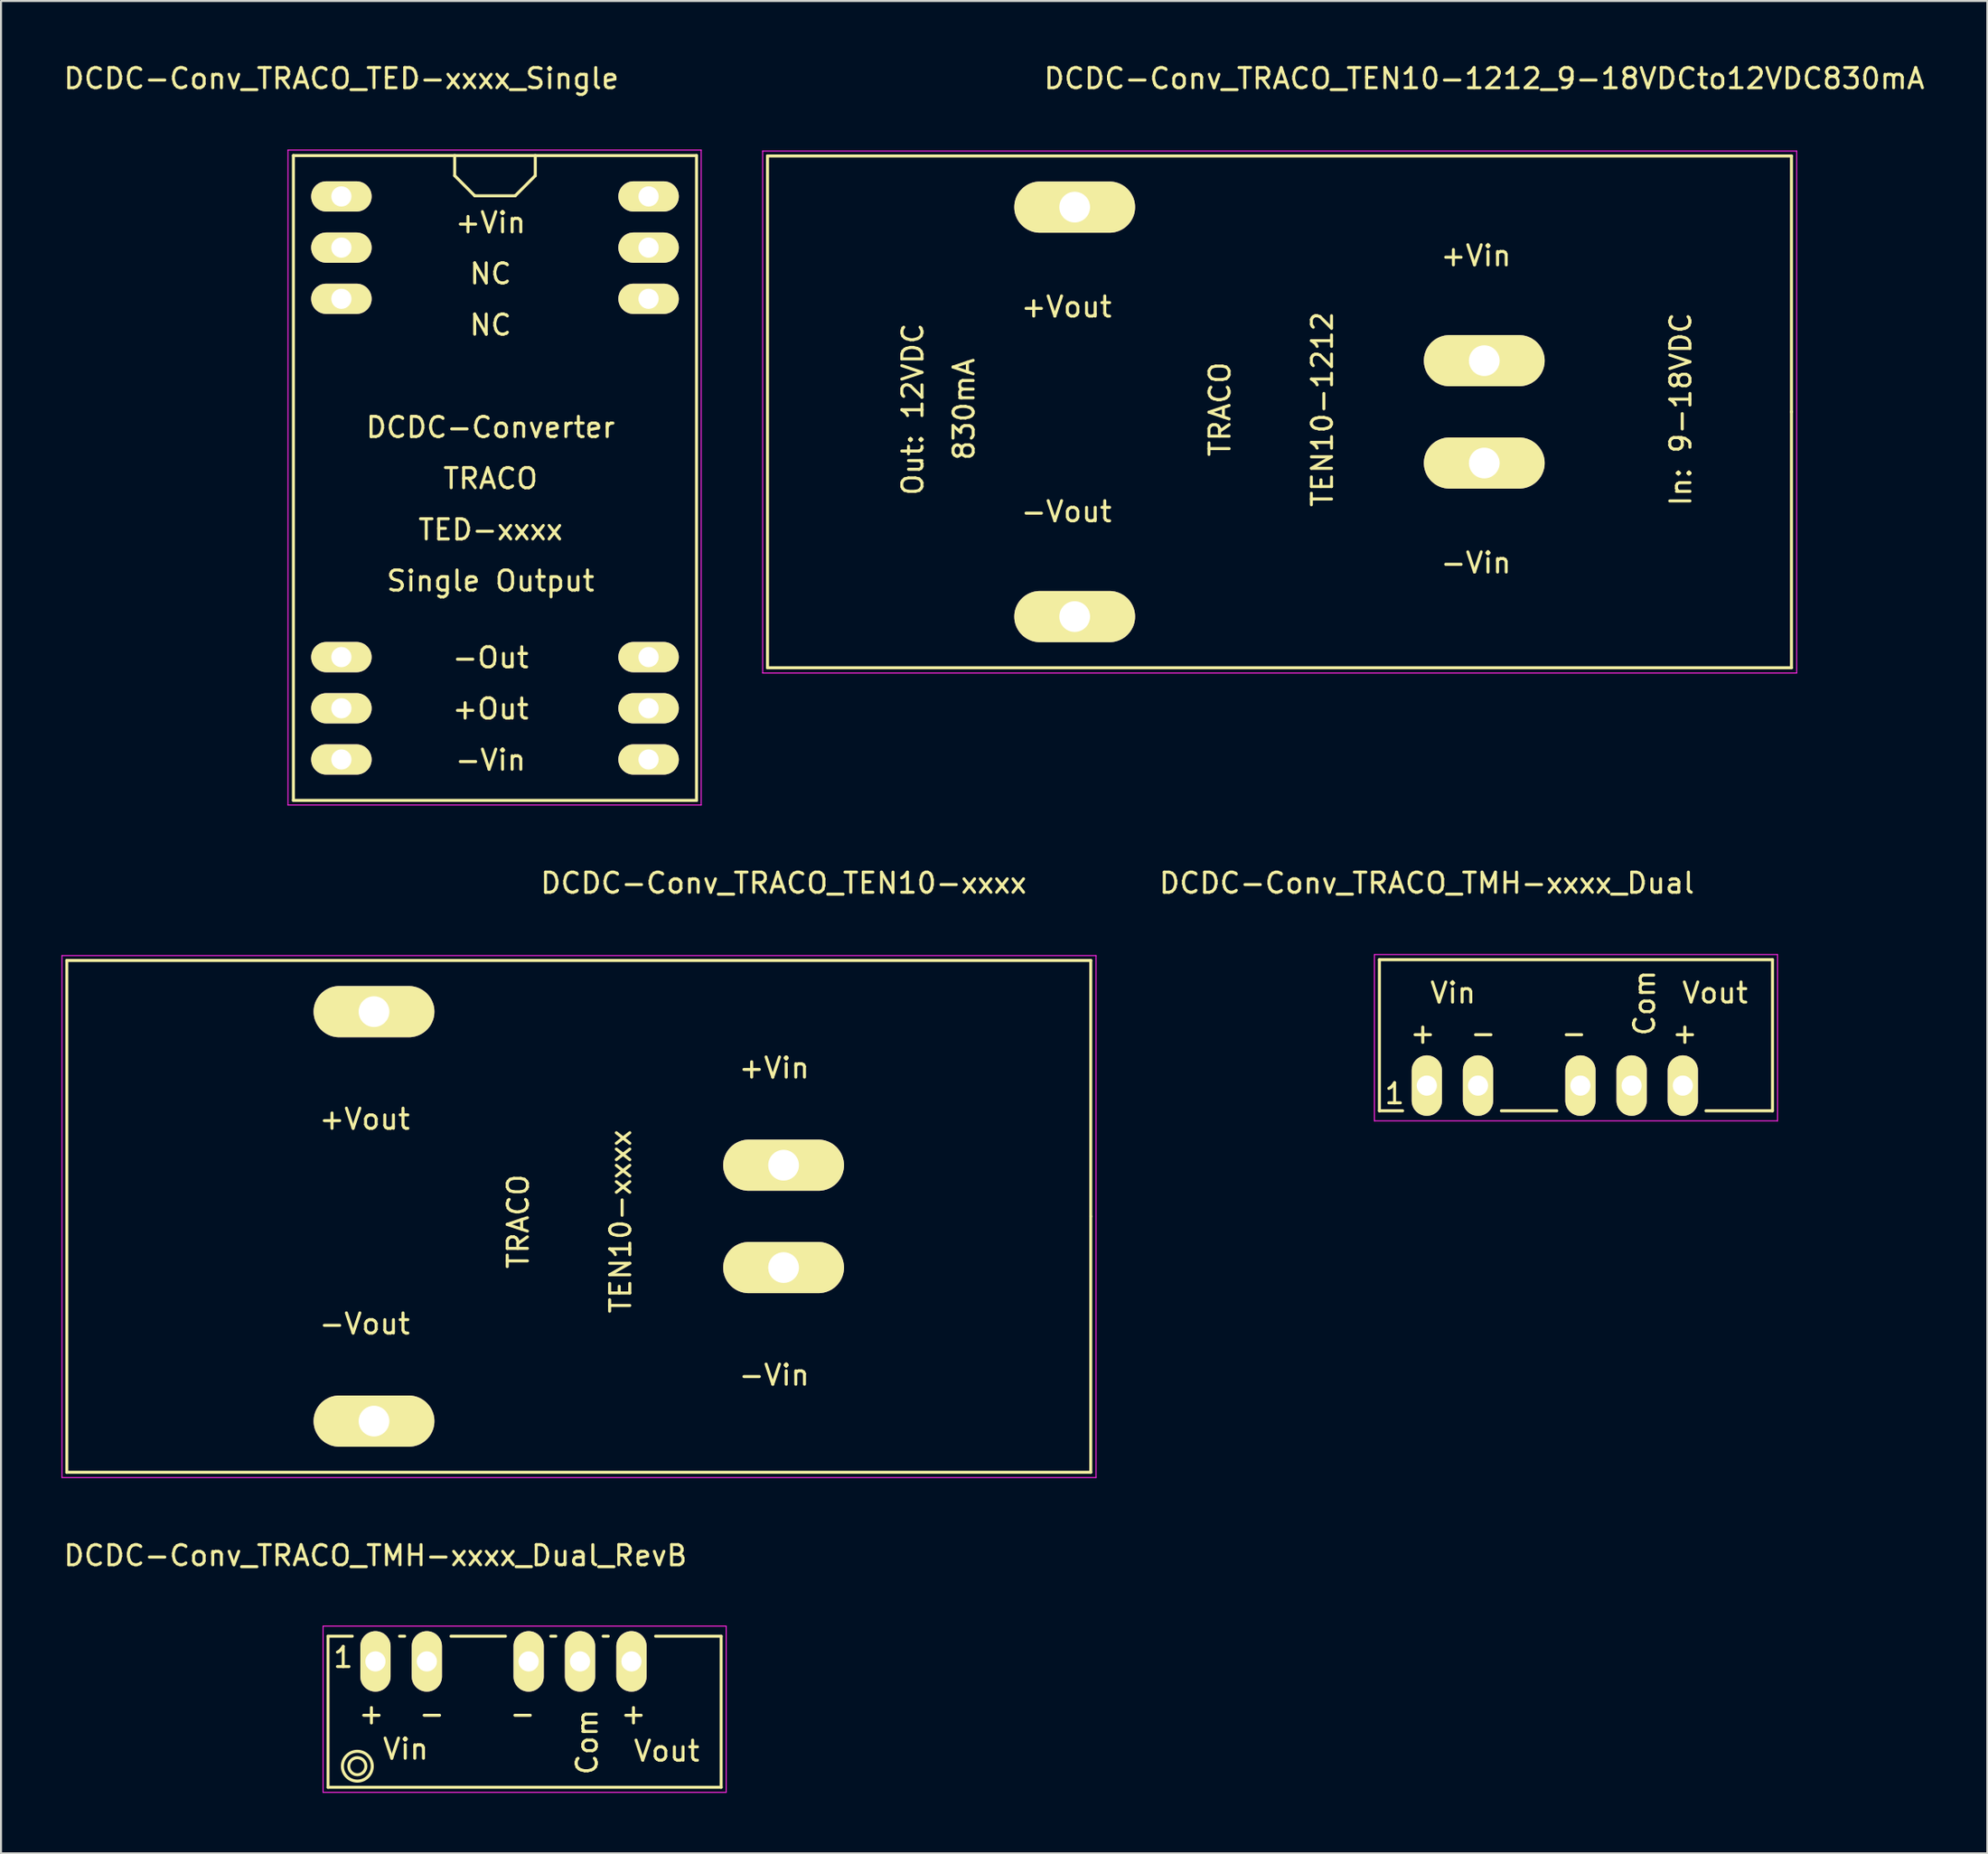
<source format=kicad_pcb>
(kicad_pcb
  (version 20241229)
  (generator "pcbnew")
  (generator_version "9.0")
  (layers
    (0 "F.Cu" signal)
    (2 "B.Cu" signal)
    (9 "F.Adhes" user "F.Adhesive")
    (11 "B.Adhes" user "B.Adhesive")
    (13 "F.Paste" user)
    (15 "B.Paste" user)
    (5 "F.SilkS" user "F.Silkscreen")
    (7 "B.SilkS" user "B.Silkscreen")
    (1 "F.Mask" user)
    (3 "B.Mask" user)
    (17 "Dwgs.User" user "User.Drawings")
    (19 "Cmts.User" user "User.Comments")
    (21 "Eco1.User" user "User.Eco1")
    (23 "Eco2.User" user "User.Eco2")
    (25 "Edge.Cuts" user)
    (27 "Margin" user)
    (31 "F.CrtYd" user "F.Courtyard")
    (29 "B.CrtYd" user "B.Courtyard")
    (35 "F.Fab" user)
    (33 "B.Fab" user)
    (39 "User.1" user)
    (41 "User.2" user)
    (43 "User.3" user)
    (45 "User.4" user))
  (footprint "DCDC-Conv_TRACO_TMH-xxxx_Dual"
    (layer "F.Cu")
    (at 67.737 50.822)
    (property "Reference" "DCDC-Conv_TRACO_TMH-xxxx_Dual" (at 0 -10.05 0) (layer "F.SilkS") (effects (font (size 1 1) (thickness 0.15))))
    (attr through_hole)
    (fp_line (start -2.352 -6.248) (end -2.352 1.25) (stroke (width 0.15) (type solid)) (layer "F.SilkS"))
    (fp_line (start -1.201 1.25) (end -2.352 1.25) (stroke (width 0.15) (type solid)) (layer "F.SilkS"))
    (fp_line (start 6.449 1.25) (end 3.698 1.25) (stroke (width 0.15) (type solid)) (layer "F.SilkS"))
    (fp_line (start 17.15 -6.248) (end -2.352 -6.248) (stroke (width 0.15) (type solid)) (layer "F.SilkS"))
    (fp_line (start 17.15 1.25) (end 13.848 1.25) (stroke (width 0.15) (type solid)) (layer "F.SilkS"))
    (fp_line (start 17.15 1.25) (end 17.15 -6.248) (stroke (width 0.15) (type solid)) (layer "F.SilkS"))
    (fp_line (start -2.6 -6.5) (end -2.6 1.75) (stroke (width 0.05) (type solid)) (layer "F.CrtYd"))
    (fp_line (start -2.6 -6.5) (end 17.4 -6.5) (stroke (width 0.05) (type solid)) (layer "F.CrtYd"))
    (fp_line (start -2.6 1.75) (end 17.4 1.75) (stroke (width 0.05) (type solid)) (layer "F.CrtYd"))
    (fp_line (start 17.4 -6.5) (end 17.4 1.75) (stroke (width 0.05) (type solid)) (layer "F.CrtYd"))
    (fp_text user "-" (at 7.3 -2.6 0) (layer "F.SilkS") (effects (font (size 1 1) (thickness 0.15))))
    (fp_text user "-" (at 2.799 -2.6 0) (layer "F.SilkS") (effects (font (size 1 1) (thickness 0.15))))
    (fp_text user "+" (at 12.801 -2.6 0) (layer "F.SilkS") (effects (font (size 1 1) (thickness 0.15))))
    (fp_text user "1" (at -1.6 0.4 0) (layer "F.SilkS") (effects (font (size 1 1) (thickness 0.15))))
    (fp_text user "Com" (at 10.8 -4.101 90) (layer "F.SilkS") (effects (font (size 1 1) (thickness 0.15))))
    (fp_text user "Vout" (at 14.3 -4.599 0) (layer "F.SilkS") (effects (font (size 1 1) (thickness 0.15))))
    (fp_text user "+" (at -0.201 -2.6 0) (layer "F.SilkS") (effects (font (size 1 1) (thickness 0.15))))
    (fp_text user "Vin" (at 1.3 -4.599 0) (layer "F.SilkS") (effects (font (size 1 1) (thickness 0.15))))
    (pad "1" thru_hole oval (at 0 0) (size 1.501 3) (drill 1.001) (layers "*.Cu" "*.Mask" "F.SilkS"))
    (pad "2" thru_hole oval (at 2.54 0) (size 1.501 3) (drill 1.001) (layers "*.Cu" "*.Mask" "F.SilkS"))
    (pad "4" thru_hole oval (at 7.62 0) (size 1.501 3) (drill 1.001) (layers "*.Cu" "*.Mask" "F.SilkS"))
    (pad "5" thru_hole oval (at 10.16 0) (size 1.501 3) (drill 1.001) (layers "*.Cu" "*.Mask" "F.SilkS"))
    (pad "6" thru_hole oval (at 12.7 0) (size 1.501 3) (drill 1.001) (layers "*.Cu" "*.Mask" "F.SilkS")))
  (footprint "DCDC-Conv_TRACO_TED-xxxx_Single"
    (layer "F.Cu")
    (at 13.887 6.698)
    (property "Reference" "DCDC-Conv_TRACO_TED-xxxx_Single" (at 0 -5.85 0) (layer "F.SilkS") (effects (font (size 1 1) (thickness 0.15))))
    (attr through_hole)
    (fp_line (start -2.38 -2.029) (end -2.38 29.97) (stroke (width 0.15) (type solid)) (layer "F.SilkS"))
    (fp_line (start -2.38 29.97) (end 17.62 29.97) (stroke (width 0.15) (type solid)) (layer "F.SilkS"))
    (fp_line (start 5.621 -2.029) (end 5.621 -1.031) (stroke (width 0.15) (type solid)) (layer "F.SilkS"))
    (fp_line (start 5.621 -1.031) (end 6.619 -0.03) (stroke (width 0.15) (type solid)) (layer "F.SilkS"))
    (fp_line (start 6.619 -0.03) (end 8.621 -0.03) (stroke (width 0.15) (type solid)) (layer "F.SilkS"))
    (fp_line (start 8.621 -0.03) (end 9.619 -1.031) (stroke (width 0.15) (type solid)) (layer "F.SilkS"))
    (fp_line (start 9.619 -1.031) (end 9.619 -2.029) (stroke (width 0.15) (type solid)) (layer "F.SilkS"))
    (fp_line (start 17.62 -2.029) (end -2.38 -2.029) (stroke (width 0.15) (type solid)) (layer "F.SilkS"))
    (fp_line (start 17.62 29.97) (end 17.62 -2.029) (stroke (width 0.15) (type solid)) (layer "F.SilkS"))
    (fp_line (start -2.65 -2.3) (end -2.65 30.2) (stroke (width 0.05) (type solid)) (layer "F.CrtYd"))
    (fp_line (start -2.65 -2.3) (end 17.85 -2.3) (stroke (width 0.05) (type solid)) (layer "F.CrtYd"))
    (fp_line (start -2.65 30.2) (end 17.85 30.2) (stroke (width 0.05) (type solid)) (layer "F.CrtYd"))
    (fp_line (start 17.85 -2.3) (end 17.85 30.2) (stroke (width 0.05) (type solid)) (layer "F.CrtYd"))
    (fp_text user "-Out" (at 7.4 22.89 0) (layer "F.SilkS") (effects (font (size 1 1) (thickness 0.15))))
    (fp_text user "Single Output" (at 7.4 19.08 0) (layer "F.SilkS") (effects (font (size 1 1) (thickness 0.15))))
    (fp_text user "TRACO" (at 7.4 14 0) (layer "F.SilkS") (effects (font (size 1 1) (thickness 0.15))))
    (fp_text user "NC" (at 7.4 6.38 0) (layer "F.SilkS") (effects (font (size 1 1) (thickness 0.15))))
    (fp_text user "DCDC-Converter" (at 7.4 11.46 0) (layer "F.SilkS") (effects (font (size 1 1) (thickness 0.15))))
    (fp_text user "TED-xxxx" (at 7.4 16.54 0) (layer "F.SilkS") (effects (font (size 1 1) (thickness 0.15))))
    (fp_text user "NC" (at 7.4 3.84 0) (layer "F.SilkS") (effects (font (size 1 1) (thickness 0.15))))
    (fp_text user "+Vin" (at 7.4 1.3 0) (layer "F.SilkS") (effects (font (size 1 1) (thickness 0.15))))
    (fp_text user "-Vin" (at 7.4 27.97 0) (layer "F.SilkS") (effects (font (size 1 1) (thickness 0.15))))
    (fp_text user "+Out" (at 7.4 25.43 0) (layer "F.SilkS") (effects (font (size 1 1) (thickness 0.15))))
    (pad "1" thru_hole oval (at 0 0) (size 3 1.501) (drill 1.001) (layers "*.Cu" "*.Mask" "F.SilkS"))
    (pad "2" thru_hole oval (at 0 2.54) (size 3 1.501) (drill 1.001) (layers "*.Cu" "*.Mask" "F.SilkS"))
    (pad "3" thru_hole oval (at 0 5.08) (size 3 1.501) (drill 1.001) (layers "*.Cu" "*.Mask" "F.SilkS"))
    (pad "10" thru_hole oval (at 0 22.86) (size 3 1.501) (drill 1.001) (layers "*.Cu" "*.Mask" "F.SilkS"))
    (pad "11" thru_hole oval (at 0 25.4) (size 3 1.501) (drill 1.001) (layers "*.Cu" "*.Mask" "F.SilkS"))
    (pad "12" thru_hole oval (at 0 27.94) (size 3 1.501) (drill 1.001) (layers "*.Cu" "*.Mask" "F.SilkS"))
    (pad "13" thru_hole oval (at 15.24 27.94) (size 3 1.501) (drill 1.001) (layers "*.Cu" "*.Mask" "F.SilkS"))
    (pad "14" thru_hole oval (at 15.24 25.4) (size 3 1.501) (drill 1.001) (layers "*.Cu" "*.Mask" "F.SilkS"))
    (pad "15" thru_hole oval (at 15.24 22.86) (size 3 1.501) (drill 1.001) (layers "*.Cu" "*.Mask" "F.SilkS"))
    (pad "22" thru_hole oval (at 15.24 5.08) (size 3 1.501) (drill 1.001) (layers "*.Cu" "*.Mask" "F.SilkS"))
    (pad "23" thru_hole oval (at 15.24 2.54) (size 3 1.501) (drill 1.001) (layers "*.Cu" "*.Mask" "F.SilkS"))
    (pad "24" thru_hole oval (at 15.24 0) (size 3 1.501) (drill 1.001) (layers "*.Cu" "*.Mask" "F.SilkS")))
  (footprint "DCDC-Conv_TRACO_TEN10-xxxx"
    (layer "F.Cu")
    (at 35.825 54.772)
    (property "Reference" "DCDC-Conv_TRACO_TEN10-xxxx" (at 0 -14 0) (layer "F.SilkS") (effects (font (size 1 1) (thickness 0.15))))
    (attr through_hole)
    (fp_line (start -35.56 -10.16) (end -35.56 15.24) (stroke (width 0.15) (type solid)) (layer "F.SilkS"))
    (fp_line (start -35.56 15.24) (end 15.24 15.24) (stroke (width 0.15) (type solid)) (layer "F.SilkS"))
    (fp_line (start 15.24 -10.16) (end -35.56 -10.16) (stroke (width 0.15) (type solid)) (layer "F.SilkS"))
    (fp_line (start 15.24 2.54) (end 15.24 -10.16) (stroke (width 0.15) (type solid)) (layer "F.SilkS"))
    (fp_line (start 15.24 15.24) (end 15.24 2.54) (stroke (width 0.15) (type solid)) (layer "F.SilkS"))
    (fp_line (start -35.8 -10.4) (end -35.8 15.5) (stroke (width 0.05) (type solid)) (layer "F.CrtYd"))
    (fp_line (start -35.8 -10.4) (end 15.5 -10.4) (stroke (width 0.05) (type solid)) (layer "F.CrtYd"))
    (fp_line (start -35.8 15.5) (end 15.5 15.5) (stroke (width 0.05) (type solid)) (layer "F.CrtYd"))
    (fp_line (start 15.5 -10.4) (end 15.5 15.5) (stroke (width 0.05) (type solid)) (layer "F.CrtYd"))
    (fp_text user "+Vout" (at -20.785 -2.286 180) (layer "F.SilkS") (effects (font (size 1 1) (thickness 0.15))))
    (fp_text user "TRACO" (at -13.165 2.794 90) (layer "F.SilkS") (effects (font (size 1 1) (thickness 0.15))))
    (fp_text user "+Vin" (at -0.465 -4.826 180) (layer "F.SilkS") (effects (font (size 1 1) (thickness 0.15))))
    (fp_text user "-Vin" (at -0.465 10.414 180) (layer "F.SilkS") (effects (font (size 1 1) (thickness 0.15))))
    (fp_text user "TEN10-xxxx" (at -8.085 2.794 90) (layer "F.SilkS") (effects (font (size 1 1) (thickness 0.15))))
    (fp_text user "-Vout" (at -20.785 7.874 180) (layer "F.SilkS") (effects (font (size 1 1) (thickness 0.15))))
    (pad "1" thru_hole oval (at 0 0) (size 5.994 2.54) (drill 1.524) (layers "*.Cu" "*.Mask" "F.SilkS"))
    (pad "2" thru_hole oval (at 0 5.08) (size 5.994 2.54) (drill 1.524) (layers "*.Cu" "*.Mask" "F.SilkS"))
    (pad "3" thru_hole oval (at -20.32 -7.62) (size 5.994 2.54) (drill 1.524) (layers "*.Cu" "*.Mask" "F.SilkS"))
    (pad "5" thru_hole oval (at -20.32 12.7) (size 5.994 2.54) (drill 1.524) (layers "*.Cu" "*.Mask" "F.SilkS")))
  (footprint "DCDC-Conv_TRACO_TEN10-1212_9-18VDCto12VDC830mA"
    (layer "F.Cu")
    (at 70.587 14.848)
    (property "Reference" "DCDC-Conv_TRACO_TEN10-1212_9-18VDCto12VDC830mA" (at 0 -14 0) (layer "F.SilkS") (effects (font (size 1 1) (thickness 0.15))))
    (attr through_hole)
    (fp_line (start -35.56 -10.16) (end -35.56 15.24) (stroke (width 0.15) (type solid)) (layer "F.SilkS"))
    (fp_line (start -35.56 15.24) (end 15.24 15.24) (stroke (width 0.15) (type solid)) (layer "F.SilkS"))
    (fp_line (start 15.24 -10.16) (end -35.56 -10.16) (stroke (width 0.15) (type solid)) (layer "F.SilkS"))
    (fp_line (start 15.24 2.54) (end 15.24 -10.16) (stroke (width 0.15) (type solid)) (layer "F.SilkS"))
    (fp_line (start 15.24 15.24) (end 15.24 2.54) (stroke (width 0.15) (type solid)) (layer "F.SilkS"))
    (fp_line (start -35.8 -10.4) (end -35.8 15.5) (stroke (width 0.05) (type solid)) (layer "F.CrtYd"))
    (fp_line (start -35.8 -10.4) (end 15.5 -10.4) (stroke (width 0.05) (type solid)) (layer "F.CrtYd"))
    (fp_line (start -35.8 15.5) (end 15.5 15.5) (stroke (width 0.05) (type solid)) (layer "F.CrtYd"))
    (fp_line (start 15.5 -10.4) (end 15.5 15.5) (stroke (width 0.05) (type solid)) (layer "F.CrtYd"))
    (fp_text user "-Vout" (at -20.732 7.492 180) (layer "F.SilkS") (effects (font (size 1 1) (thickness 0.15))))
    (fp_text user "TEN10-1212" (at -8.032 2.412 90) (layer "F.SilkS") (effects (font (size 1 1) (thickness 0.15))))
    (fp_text user "+Vin" (at -0.412 -5.208 180) (layer "F.SilkS") (effects (font (size 1 1) (thickness 0.15))))
    (fp_text user "830mA" (at -25.812 2.412 90) (layer "F.SilkS") (effects (font (size 1 1) (thickness 0.15))))
    (fp_text user "In: 9-18VDC" (at 9.748 2.412 90) (layer "F.SilkS") (effects (font (size 1 1) (thickness 0.15))))
    (fp_text user "TRACO" (at -13.112 2.412 90) (layer "F.SilkS") (effects (font (size 1 1) (thickness 0.15))))
    (fp_text user "-Vin" (at -0.412 10.032 180) (layer "F.SilkS") (effects (font (size 1 1) (thickness 0.15))))
    (fp_text user "Out: 12VDC" (at -28.352 2.412 90) (layer "F.SilkS") (effects (font (size 1 1) (thickness 0.15))))
    (fp_text user "+Vout" (at -20.732 -2.668 180) (layer "F.SilkS") (effects (font (size 1 1) (thickness 0.15))))
    (pad "1" thru_hole oval (at 0 0) (size 5.994 2.54) (drill 1.524) (layers "*.Cu" "*.Mask" "F.SilkS"))
    (pad "2" thru_hole oval (at 0 5.08) (size 5.994 2.54) (drill 1.524) (layers "*.Cu" "*.Mask" "F.SilkS"))
    (pad "3" thru_hole oval (at -20.32 -7.62) (size 5.994 2.54) (drill 1.524) (layers "*.Cu" "*.Mask" "F.SilkS"))
    (pad "5" thru_hole oval (at -20.32 12.7) (size 5.994 2.54) (drill 1.524) (layers "*.Cu" "*.Mask" "F.SilkS")))
  (footprint "DCDC-Conv_TRACO_TMH-xxxx_Dual_RevB"
    (layer "F.Cu")
    (at 15.577 79.395)
    (property "Reference" "DCDC-Conv_TRACO_TMH-xxxx_Dual_RevB" (at 0 -5.25 0) (layer "F.SilkS") (effects (font (size 1 1) (thickness 0.15))))
    (attr through_hole)
    (fp_line (start -2.352 -1.25) (end -2.352 6.248) (stroke (width 0.15) (type solid)) (layer "F.SilkS"))
    (fp_line (start -2.352 6.248) (end 17.15 6.248) (stroke (width 0.15) (type solid)) (layer "F.SilkS"))
    (fp_line (start -1.151 -1.25) (end -2.352 -1.25) (stroke (width 0.15) (type solid)) (layer "F.SilkS"))
    (fp_line (start 1.448 -1.25) (end 1.199 -1.25) (stroke (width 0.15) (type solid)) (layer "F.SilkS"))
    (fp_line (start 6.449 -1.25) (end 3.749 -1.25) (stroke (width 0.15) (type solid)) (layer "F.SilkS"))
    (fp_line (start 8.948 -1.25) (end 8.7 -1.25) (stroke (width 0.15) (type solid)) (layer "F.SilkS"))
    (fp_line (start 11.549 -1.25) (end 11.298 -1.25) (stroke (width 0.15) (type solid)) (layer "F.SilkS"))
    (fp_line (start 17.15 -1.25) (end 13.899 -1.25) (stroke (width 0.15) (type solid)) (layer "F.SilkS"))
    (fp_line (start 17.15 6.248) (end 17.15 -1.25) (stroke (width 0.15) (type solid)) (layer "F.SilkS"))
    (fp_circle (center -0.899 5.201) (end -0.6 5.501) (stroke (width 0.15) (type solid)) (fill no) (layer "F.SilkS"))
    (fp_circle (center -0.899 5.201) (end -0.351 5.699) (stroke (width 0.15) (type solid)) (fill no) (layer "F.SilkS"))
    (fp_line (start -2.6 -1.75) (end -2.6 6.5) (stroke (width 0.05) (type solid)) (layer "F.CrtYd"))
    (fp_line (start -2.6 -1.75) (end 17.4 -1.75) (stroke (width 0.05) (type solid)) (layer "F.CrtYd"))
    (fp_line (start -2.6 6.5) (end 17.4 6.5) (stroke (width 0.05) (type solid)) (layer "F.CrtYd"))
    (fp_line (start 17.4 -1.75) (end 17.4 6.5) (stroke (width 0.05) (type solid)) (layer "F.CrtYd"))
    (fp_text user "Vin" (at 1.501 4.35 0) (layer "F.SilkS") (effects (font (size 1 1) (thickness 0.15))))
    (fp_text user "1" (at -1.6 -0.2 0) (layer "F.SilkS") (effects (font (size 1 1) (thickness 0.15))))
    (fp_text user "-" (at 2.799 2.6 0) (layer "F.SilkS") (effects (font (size 1 1) (thickness 0.15))))
    (fp_text user "Com" (at 10.5 4 90) (layer "F.SilkS") (effects (font (size 1 1) (thickness 0.15))))
    (fp_text user "-" (at 7.3 2.6 0) (layer "F.SilkS") (effects (font (size 1 1) (thickness 0.15))))
    (fp_text user "+" (at 12.801 2.6 0) (layer "F.SilkS") (effects (font (size 1 1) (thickness 0.15))))
    (fp_text user "+" (at -0.201 2.6 0) (layer "F.SilkS") (effects (font (size 1 1) (thickness 0.15))))
    (fp_text user "Vout" (at 14.45 4.449 0) (layer "F.SilkS") (effects (font (size 1 1) (thickness 0.15))))
    (pad "1" thru_hole oval (at 0 0) (size 1.501 3) (drill 1.001) (layers "*.Cu" "*.Mask" "F.SilkS"))
    (pad "2" thru_hole oval (at 2.55 0) (size 1.501 3) (drill 1.001) (layers "*.Cu" "*.Mask" "F.SilkS"))
    (pad "4" thru_hole oval (at 7.6 0) (size 1.501 3) (drill 1.001) (layers "*.Cu" "*.Mask" "F.SilkS"))
    (pad "5" thru_hole oval (at 10.15 0) (size 1.501 3) (drill 1.001) (layers "*.Cu" "*.Mask" "F.SilkS"))
    (pad "6" thru_hole oval (at 12.7 0) (size 1.501 3) (drill 1.001) (layers "*.Cu" "*.Mask" "F.SilkS")))
  (gr_rect
    (start -3 -3)
    (end 95.545 88.92)
    (stroke (width 0.1) (type default))
    (fill no)
    (layer "Edge.Cuts")))
</source>
